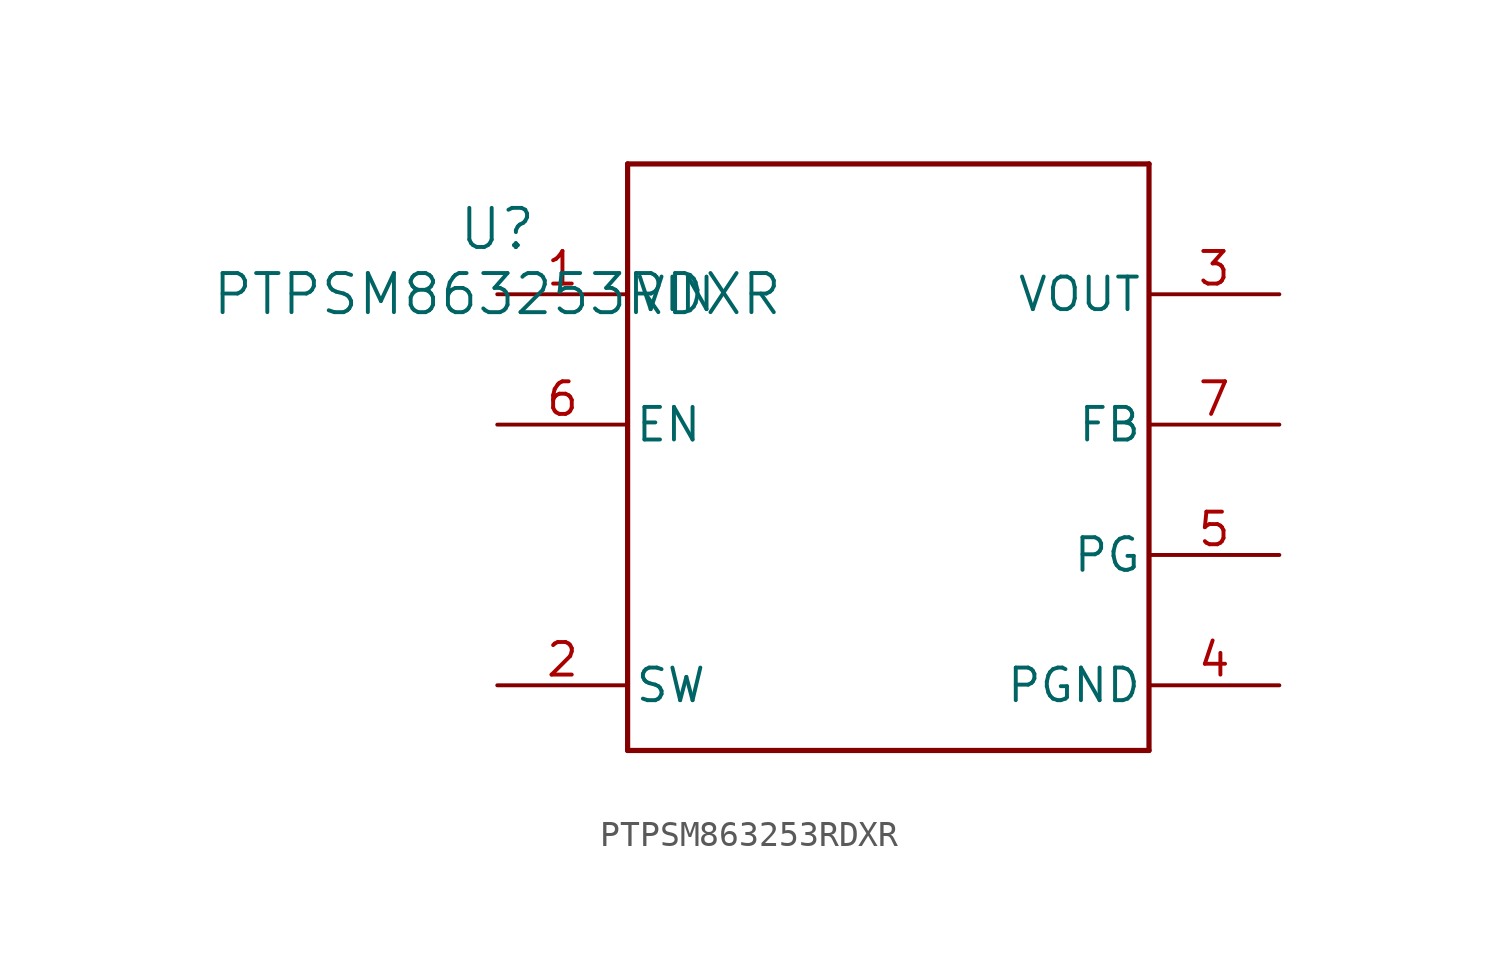
<source format=kicad_sym>
(kicad_symbol_lib
  (version 20241209)
  (generator "kicad_symbol_editor")
  (generator_version "9.0")
  (symbol "PTPSM863253RDXR"
    (pin_names
      (offset 0.254))
    (property "Reference" "U"
      (at 0 2.54 0)
      (effects (font (size 1.524 1.524))))
    (property "Value" "PTPSM863253RDXR"
      (at 0 0 0)
      (effects (font (size 1.524 1.524))))
    (property "ki_locked" ""
      (at 0 0 0)
      (effects (font (size 1.27 1.27))))
    (symbol "PTPSM863253RDXR_0_1"
      (polyline (pts (xy 5.08 5.08) (xy 5.08 -17.78)) (stroke (width 0.203) (type default)) (fill (type none)))
      (polyline (pts (xy 5.08 -17.78) (xy 25.4 -17.78)) (stroke (width 0.203) (type default)) (fill (type none)))
      (polyline (pts (xy 25.4 5.08) (xy 5.08 5.08)) (stroke (width 0.203) (type default)) (fill (type none)))
      (polyline (pts (xy 25.4 -17.78) (xy 25.4 5.08)) (stroke (width 0.203) (type default)) (fill (type none)))
      (pin power_in line (at 0 0 0) (length 5.08) (name "VIN" (effects (font (size 1.27 1.27)))) (number "1" (effects (font (size 1.27 1.27)))))
      (pin input line (at 0 -5.08 0) (length 5.08) (name "EN" (effects (font (size 1.27 1.27)))) (number "6" (effects (font (size 1.27 1.27)))))
      (pin unspecified line (at 0 -15.24 0) (length 5.08) (name "SW" (effects (font (size 1.27 1.27)))) (number "2" (effects (font (size 1.27 1.27)))))
      (pin power_in line (at 30.48 0 180) (length 5.08) (hide yes) (name "VOUT" (effects (font (size 1.27 1.27)))) (number "14" (effects (font (size 1.27 1.27)))))
      (pin power_in line (at 30.48 0 180) (length 5.08) (hide yes) (name "VOUT" (effects (font (size 1.27 1.27)))) (number "15" (effects (font (size 1.27 1.27)))))
      (pin power_in line (at 30.48 0 180) (length 5.08) (hide yes) (name "VOUT" (effects (font (size 1.27 1.27)))) (number "16" (effects (font (size 1.27 1.27)))))
      (pin power_in line (at 30.48 0 180) (length 5.08) (hide yes) (name "VOUT" (effects (font (size 1.27 1.27)))) (number "17" (effects (font (size 1.27 1.27)))))
      (pin power_in line (at 30.48 0 180) (length 5.08) (hide yes) (name "VOUT" (effects (font (size 1.27 1.27)))) (number "18" (effects (font (size 1.27 1.27)))))
      (pin power_in line (at 30.48 0 180) (length 5.08) (hide yes) (name "VOUT" (effects (font (size 1.27 1.27)))) (number "19" (effects (font (size 1.27 1.27)))))
      (pin power_in line (at 30.48 0 180) (length 5.08) (name "VOUT" (effects (font (size 1.27 1.27)))) (number "3" (effects (font (size 1.27 1.27)))))
      (pin unspecified line (at 30.48 -5.08 180) (length 5.08) (name "FB" (effects (font (size 1.27 1.27)))) (number "7" (effects (font (size 1.27 1.27)))))
      (pin open_collector line (at 30.48 -10.16 180) (length 5.08) (name "PG" (effects (font (size 1.27 1.27)))) (number "5" (effects (font (size 1.27 1.27)))))
      (pin power_in line (at 30.48 -15.24 180) (length 5.08) (name "PGND" (effects (font (size 1.27 1.27)))) (number "4" (effects (font (size 1.27 1.27))))))))
</source>
